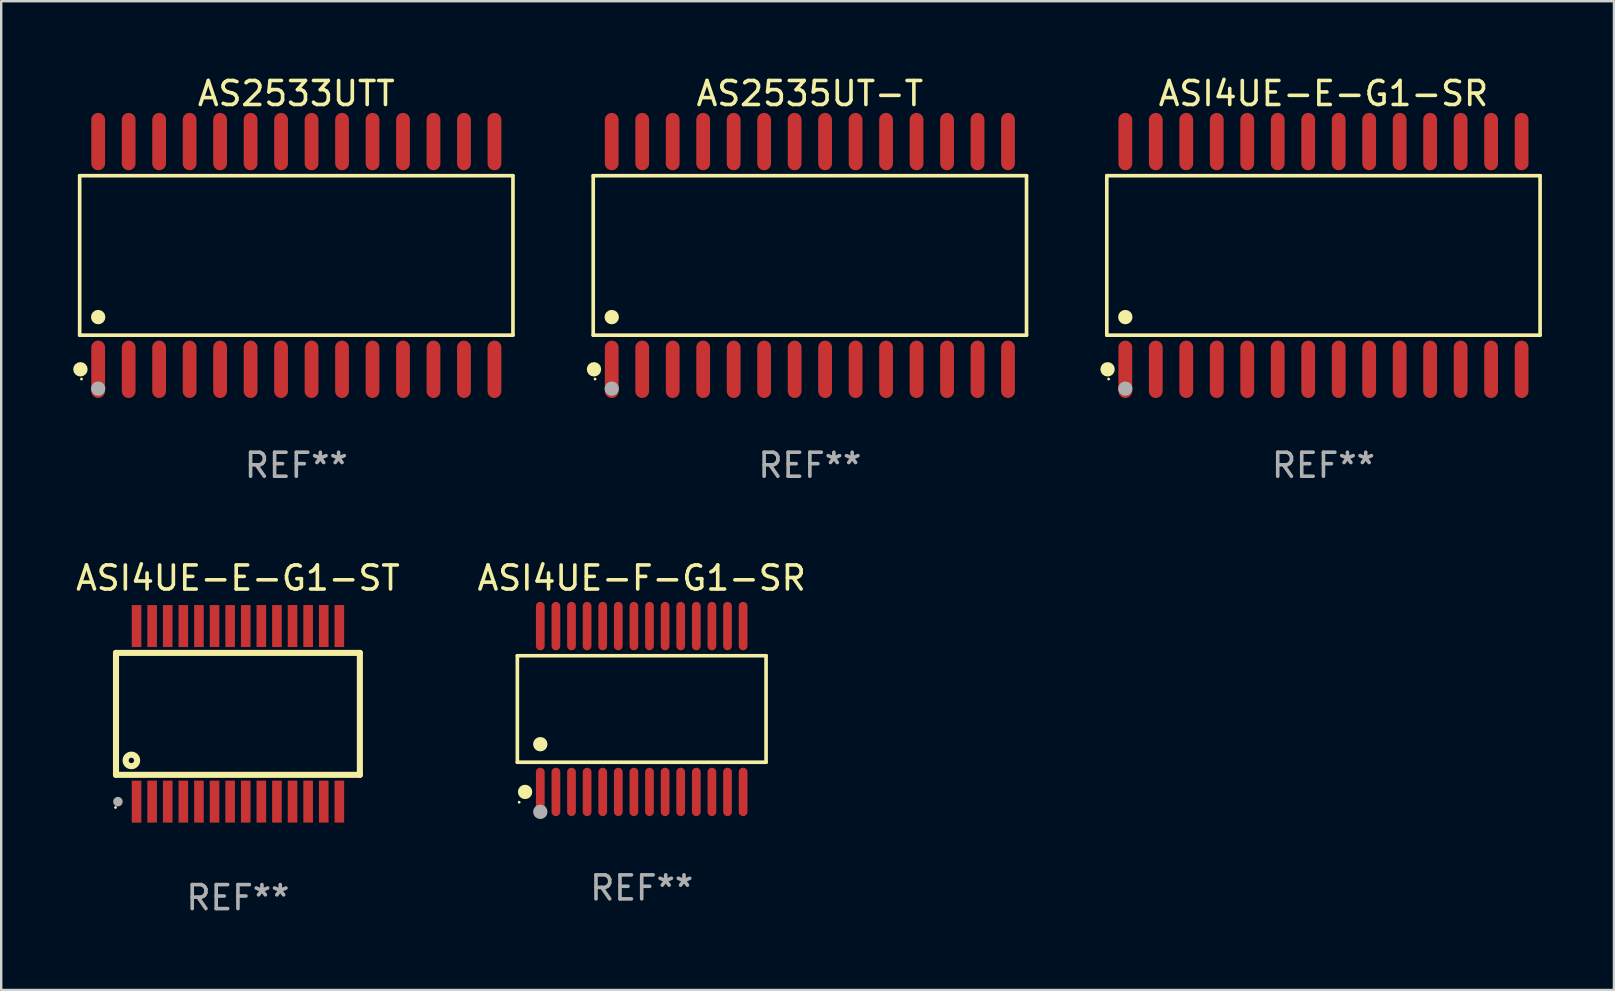
<source format=kicad_pcb>
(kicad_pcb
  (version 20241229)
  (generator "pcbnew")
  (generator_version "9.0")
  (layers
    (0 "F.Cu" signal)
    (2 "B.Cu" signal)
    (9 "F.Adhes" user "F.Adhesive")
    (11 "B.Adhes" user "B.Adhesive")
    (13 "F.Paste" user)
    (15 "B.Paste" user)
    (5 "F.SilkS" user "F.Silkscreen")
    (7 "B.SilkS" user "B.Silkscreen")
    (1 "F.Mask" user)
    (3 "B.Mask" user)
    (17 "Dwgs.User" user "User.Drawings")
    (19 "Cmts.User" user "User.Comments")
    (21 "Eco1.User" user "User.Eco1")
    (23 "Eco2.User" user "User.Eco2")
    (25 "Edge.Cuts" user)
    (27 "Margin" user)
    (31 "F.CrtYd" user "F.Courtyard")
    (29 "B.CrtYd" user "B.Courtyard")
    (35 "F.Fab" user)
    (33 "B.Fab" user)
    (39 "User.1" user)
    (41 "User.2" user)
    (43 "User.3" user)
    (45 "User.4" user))
  (footprint "AS2533UTT"
    (layer "F.Cu")
    (at 9.295 7.592)
    (property "Reference" "AS2533UTT" (at 0 -6.744 0) (layer "F.SilkS") (effects (font (size 1 1) (thickness 0.15))))
    (attr through_hole)
    (fp_line (start -9.026 -3.321) (end 9.026 -3.321) (stroke (width 0.152) (type solid)) (layer "F.SilkS"))
    (fp_line (start -9.026 3.321) (end -9.026 -3.321) (stroke (width 0.152) (type solid)) (layer "F.SilkS"))
    (fp_line (start 9.026 -3.321) (end 9.026 3.321) (stroke (width 0.152) (type solid)) (layer "F.SilkS"))
    (fp_line (start 9.026 3.321) (end -9.026 3.321) (stroke (width 0.152) (type solid)) (layer "F.SilkS"))
    (fp_circle (center -8.994 4.744) (end -8.844 4.744) (stroke (width 0.3) (type solid)) (fill no) (layer "F.SilkS"))
    (fp_circle (center -8.95 5.15) (end -8.92 5.15) (stroke (width 0.06) (type solid)) (fill no) (layer "F.SilkS"))
    (fp_circle (center -8.255 2.569) (end -8.105 2.569) (stroke (width 0.3) (type solid)) (fill no) (layer "F.SilkS"))
    (fp_circle (center -8.255 5.55) (end -8.105 5.55) (stroke (width 0.3) (type solid)) (fill no) (layer "F.Fab"))
    (fp_text user "REF**" (at 0 8.744 0) (layer "F.Fab") (effects (font (size 1 1) (thickness 0.15))))
    (pad "1" smd oval (at -8.255 4.744) (size 0.574 2.388) (layers "F.Cu" "F.Mask" "F.Paste"))
    (pad "2" smd oval (at -6.985 4.744) (size 0.574 2.388) (layers "F.Cu" "F.Mask" "F.Paste"))
    (pad "3" smd oval (at -5.715 4.744) (size 0.574 2.388) (layers "F.Cu" "F.Mask" "F.Paste"))
    (pad "4" smd oval (at -4.445 4.744) (size 0.574 2.388) (layers "F.Cu" "F.Mask" "F.Paste"))
    (pad "5" smd oval (at -3.175 4.744) (size 0.574 2.388) (layers "F.Cu" "F.Mask" "F.Paste"))
    (pad "6" smd oval (at -1.905 4.744) (size 0.574 2.388) (layers "F.Cu" "F.Mask" "F.Paste"))
    (pad "7" smd oval (at -0.635 4.744) (size 0.574 2.388) (layers "F.Cu" "F.Mask" "F.Paste"))
    (pad "8" smd oval (at 0.635 4.744) (size 0.574 2.388) (layers "F.Cu" "F.Mask" "F.Paste"))
    (pad "9" smd oval (at 1.905 4.744) (size 0.574 2.388) (layers "F.Cu" "F.Mask" "F.Paste"))
    (pad "10" smd oval (at 3.175 4.744) (size 0.574 2.388) (layers "F.Cu" "F.Mask" "F.Paste"))
    (pad "11" smd oval (at 4.445 4.744) (size 0.574 2.388) (layers "F.Cu" "F.Mask" "F.Paste"))
    (pad "12" smd oval (at 5.715 4.744) (size 0.574 2.388) (layers "F.Cu" "F.Mask" "F.Paste"))
    (pad "13" smd oval (at 6.985 4.744) (size 0.574 2.388) (layers "F.Cu" "F.Mask" "F.Paste"))
    (pad "14" smd oval (at 8.255 4.744) (size 0.574 2.388) (layers "F.Cu" "F.Mask" "F.Paste"))
    (pad "15" smd oval (at 8.255 -4.744) (size 0.574 2.388) (layers "F.Cu" "F.Mask" "F.Paste"))
    (pad "16" smd oval (at 6.985 -4.744) (size 0.574 2.388) (layers "F.Cu" "F.Mask" "F.Paste"))
    (pad "17" smd oval (at 5.715 -4.744) (size 0.574 2.388) (layers "F.Cu" "F.Mask" "F.Paste"))
    (pad "18" smd oval (at 4.445 -4.744) (size 0.574 2.388) (layers "F.Cu" "F.Mask" "F.Paste"))
    (pad "19" smd oval (at 3.175 -4.744) (size 0.574 2.388) (layers "F.Cu" "F.Mask" "F.Paste"))
    (pad "20" smd oval (at 1.905 -4.744) (size 0.574 2.388) (layers "F.Cu" "F.Mask" "F.Paste"))
    (pad "21" smd oval (at 0.635 -4.744) (size 0.574 2.388) (layers "F.Cu" "F.Mask" "F.Paste"))
    (pad "22" smd oval (at -0.635 -4.744) (size 0.574 2.388) (layers "F.Cu" "F.Mask" "F.Paste"))
    (pad "23" smd oval (at -1.905 -4.744) (size 0.574 2.388) (layers "F.Cu" "F.Mask" "F.Paste"))
    (pad "24" smd oval (at -3.175 -4.744) (size 0.574 2.388) (layers "F.Cu" "F.Mask" "F.Paste"))
    (pad "25" smd oval (at -4.445 -4.744) (size 0.574 2.388) (layers "F.Cu" "F.Mask" "F.Paste"))
    (pad "26" smd oval (at -5.715 -4.744) (size 0.574 2.388) (layers "F.Cu" "F.Mask" "F.Paste"))
    (pad "27" smd oval (at -6.985 -4.744) (size 0.574 2.388) (layers "F.Cu" "F.Mask" "F.Paste"))
    (pad "28" smd oval (at -8.255 -4.744) (size 0.574 2.388) (layers "F.Cu" "F.Mask" "F.Paste")))
  (footprint "ASI4UE-F-G1-SR"
    (layer "F.Cu")
    (at 23.685 26.488)
    (property "Reference" "ASI4UE-F-G1-SR" (at 0 -5.455 0) (layer "F.SilkS") (effects (font (size 1 1) (thickness 0.15))))
    (attr through_hole)
    (fp_line (start -5.181 -2.219) (end 5.181 -2.219) (stroke (width 0.152) (type solid)) (layer "F.SilkS"))
    (fp_line (start -5.181 2.219) (end -5.181 -2.219) (stroke (width 0.152) (type solid)) (layer "F.SilkS"))
    (fp_line (start 5.181 -2.219) (end 5.181 2.219) (stroke (width 0.152) (type solid)) (layer "F.SilkS"))
    (fp_line (start 5.181 2.219) (end -5.181 2.219) (stroke (width 0.152) (type solid)) (layer "F.SilkS"))
    (fp_circle (center -5.105 3.885) (end -5.075 3.885) (stroke (width 0.06) (type solid)) (fill no) (layer "F.SilkS"))
    (fp_circle (center -4.859 3.455) (end -4.709 3.455) (stroke (width 0.3) (type solid)) (fill no) (layer "F.SilkS"))
    (fp_circle (center -4.225 1.467) (end -4.075 1.467) (stroke (width 0.3) (type solid)) (fill no) (layer "F.SilkS"))
    (fp_circle (center -4.225 4.285) (end -4.075 4.285) (stroke (width 0.3) (type solid)) (fill no) (layer "F.Fab"))
    (fp_text user "REF**" (at 0 7.455 0) (layer "F.Fab") (effects (font (size 1 1) (thickness 0.15))))
    (pad "1" smd oval (at -4.225 3.455) (size 0.364 2.015) (layers "F.Cu" "F.Mask" "F.Paste"))
    (pad "2" smd oval (at -3.575 3.455) (size 0.364 2.015) (layers "F.Cu" "F.Mask" "F.Paste"))
    (pad "3" smd oval (at -2.925 3.455) (size 0.364 2.015) (layers "F.Cu" "F.Mask" "F.Paste"))
    (pad "4" smd oval (at -2.275 3.455) (size 0.364 2.015) (layers "F.Cu" "F.Mask" "F.Paste"))
    (pad "5" smd oval (at -1.625 3.455) (size 0.364 2.015) (layers "F.Cu" "F.Mask" "F.Paste"))
    (pad "6" smd oval (at -0.975 3.455) (size 0.364 2.015) (layers "F.Cu" "F.Mask" "F.Paste"))
    (pad "7" smd oval (at -0.325 3.455) (size 0.364 2.015) (layers "F.Cu" "F.Mask" "F.Paste"))
    (pad "8" smd oval (at 0.325 3.455) (size 0.364 2.015) (layers "F.Cu" "F.Mask" "F.Paste"))
    (pad "9" smd oval (at 0.975 3.455) (size 0.364 2.015) (layers "F.Cu" "F.Mask" "F.Paste"))
    (pad "10" smd oval (at 1.625 3.455) (size 0.364 2.015) (layers "F.Cu" "F.Mask" "F.Paste"))
    (pad "11" smd oval (at 2.275 3.455) (size 0.364 2.015) (layers "F.Cu" "F.Mask" "F.Paste"))
    (pad "12" smd oval (at 2.925 3.455) (size 0.364 2.015) (layers "F.Cu" "F.Mask" "F.Paste"))
    (pad "13" smd oval (at 3.575 3.455) (size 0.364 2.015) (layers "F.Cu" "F.Mask" "F.Paste"))
    (pad "14" smd oval (at 4.225 3.455) (size 0.364 2.015) (layers "F.Cu" "F.Mask" "F.Paste"))
    (pad "15" smd oval (at 4.225 -3.455) (size 0.364 2.015) (layers "F.Cu" "F.Mask" "F.Paste"))
    (pad "16" smd oval (at 3.575 -3.455) (size 0.364 2.015) (layers "F.Cu" "F.Mask" "F.Paste"))
    (pad "17" smd oval (at 2.925 -3.455) (size 0.364 2.015) (layers "F.Cu" "F.Mask" "F.Paste"))
    (pad "18" smd oval (at 2.275 -3.455) (size 0.364 2.015) (layers "F.Cu" "F.Mask" "F.Paste"))
    (pad "19" smd oval (at 1.625 -3.455) (size 0.364 2.015) (layers "F.Cu" "F.Mask" "F.Paste"))
    (pad "20" smd oval (at 0.975 -3.455) (size 0.364 2.015) (layers "F.Cu" "F.Mask" "F.Paste"))
    (pad "21" smd oval (at 0.325 -3.455) (size 0.364 2.015) (layers "F.Cu" "F.Mask" "F.Paste"))
    (pad "22" smd oval (at -0.325 -3.455) (size 0.364 2.015) (layers "F.Cu" "F.Mask" "F.Paste"))
    (pad "23" smd oval (at -0.975 -3.455) (size 0.364 2.015) (layers "F.Cu" "F.Mask" "F.Paste"))
    (pad "24" smd oval (at -1.625 -3.455) (size 0.364 2.015) (layers "F.Cu" "F.Mask" "F.Paste"))
    (pad "25" smd oval (at -2.275 -3.455) (size 0.364 2.015) (layers "F.Cu" "F.Mask" "F.Paste"))
    (pad "26" smd oval (at -2.925 -3.455) (size 0.364 2.015) (layers "F.Cu" "F.Mask" "F.Paste"))
    (pad "27" smd oval (at -3.575 -3.455) (size 0.364 2.015) (layers "F.Cu" "F.Mask" "F.Paste"))
    (pad "28" smd oval (at -4.225 -3.455) (size 0.364 2.015) (layers "F.Cu" "F.Mask" "F.Paste")))
  (footprint "AS2535UT-T"
    (layer "F.Cu")
    (at 30.691 7.592)
    (property "Reference" "AS2535UT-T" (at 0 -6.744 0) (layer "F.SilkS") (effects (font (size 1 1) (thickness 0.15))))
    (attr through_hole)
    (fp_line (start -9.026 -3.321) (end 9.026 -3.321) (stroke (width 0.152) (type solid)) (layer "F.SilkS"))
    (fp_line (start -9.026 3.321) (end -9.026 -3.321) (stroke (width 0.152) (type solid)) (layer "F.SilkS"))
    (fp_line (start 9.026 -3.321) (end 9.026 3.321) (stroke (width 0.152) (type solid)) (layer "F.SilkS"))
    (fp_line (start 9.026 3.321) (end -9.026 3.321) (stroke (width 0.152) (type solid)) (layer "F.SilkS"))
    (fp_circle (center -8.994 4.744) (end -8.844 4.744) (stroke (width 0.3) (type solid)) (fill no) (layer "F.SilkS"))
    (fp_circle (center -8.95 5.15) (end -8.92 5.15) (stroke (width 0.06) (type solid)) (fill no) (layer "F.SilkS"))
    (fp_circle (center -8.255 2.569) (end -8.105 2.569) (stroke (width 0.3) (type solid)) (fill no) (layer "F.SilkS"))
    (fp_circle (center -8.255 5.55) (end -8.105 5.55) (stroke (width 0.3) (type solid)) (fill no) (layer "F.Fab"))
    (fp_text user "REF**" (at 0 8.744 0) (layer "F.Fab") (effects (font (size 1 1) (thickness 0.15))))
    (pad "1" smd oval (at -8.255 4.744) (size 0.574 2.388) (layers "F.Cu" "F.Mask" "F.Paste"))
    (pad "2" smd oval (at -6.985 4.744) (size 0.574 2.388) (layers "F.Cu" "F.Mask" "F.Paste"))
    (pad "3" smd oval (at -5.715 4.744) (size 0.574 2.388) (layers "F.Cu" "F.Mask" "F.Paste"))
    (pad "4" smd oval (at -4.445 4.744) (size 0.574 2.388) (layers "F.Cu" "F.Mask" "F.Paste"))
    (pad "5" smd oval (at -3.175 4.744) (size 0.574 2.388) (layers "F.Cu" "F.Mask" "F.Paste"))
    (pad "6" smd oval (at -1.905 4.744) (size 0.574 2.388) (layers "F.Cu" "F.Mask" "F.Paste"))
    (pad "7" smd oval (at -0.635 4.744) (size 0.574 2.388) (layers "F.Cu" "F.Mask" "F.Paste"))
    (pad "8" smd oval (at 0.635 4.744) (size 0.574 2.388) (layers "F.Cu" "F.Mask" "F.Paste"))
    (pad "9" smd oval (at 1.905 4.744) (size 0.574 2.388) (layers "F.Cu" "F.Mask" "F.Paste"))
    (pad "10" smd oval (at 3.175 4.744) (size 0.574 2.388) (layers "F.Cu" "F.Mask" "F.Paste"))
    (pad "11" smd oval (at 4.445 4.744) (size 0.574 2.388) (layers "F.Cu" "F.Mask" "F.Paste"))
    (pad "12" smd oval (at 5.715 4.744) (size 0.574 2.388) (layers "F.Cu" "F.Mask" "F.Paste"))
    (pad "13" smd oval (at 6.985 4.744) (size 0.574 2.388) (layers "F.Cu" "F.Mask" "F.Paste"))
    (pad "14" smd oval (at 8.255 4.744) (size 0.574 2.388) (layers "F.Cu" "F.Mask" "F.Paste"))
    (pad "15" smd oval (at 8.255 -4.744) (size 0.574 2.388) (layers "F.Cu" "F.Mask" "F.Paste"))
    (pad "16" smd oval (at 6.985 -4.744) (size 0.574 2.388) (layers "F.Cu" "F.Mask" "F.Paste"))
    (pad "17" smd oval (at 5.715 -4.744) (size 0.574 2.388) (layers "F.Cu" "F.Mask" "F.Paste"))
    (pad "18" smd oval (at 4.445 -4.744) (size 0.574 2.388) (layers "F.Cu" "F.Mask" "F.Paste"))
    (pad "19" smd oval (at 3.175 -4.744) (size 0.574 2.388) (layers "F.Cu" "F.Mask" "F.Paste"))
    (pad "20" smd oval (at 1.905 -4.744) (size 0.574 2.388) (layers "F.Cu" "F.Mask" "F.Paste"))
    (pad "21" smd oval (at 0.635 -4.744) (size 0.574 2.388) (layers "F.Cu" "F.Mask" "F.Paste"))
    (pad "22" smd oval (at -0.635 -4.744) (size 0.574 2.388) (layers "F.Cu" "F.Mask" "F.Paste"))
    (pad "23" smd oval (at -1.905 -4.744) (size 0.574 2.388) (layers "F.Cu" "F.Mask" "F.Paste"))
    (pad "24" smd oval (at -3.175 -4.744) (size 0.574 2.388) (layers "F.Cu" "F.Mask" "F.Paste"))
    (pad "25" smd oval (at -4.445 -4.744) (size 0.574 2.388) (layers "F.Cu" "F.Mask" "F.Paste"))
    (pad "26" smd oval (at -5.715 -4.744) (size 0.574 2.388) (layers "F.Cu" "F.Mask" "F.Paste"))
    (pad "27" smd oval (at -6.985 -4.744) (size 0.574 2.388) (layers "F.Cu" "F.Mask" "F.Paste"))
    (pad "28" smd oval (at -8.255 -4.744) (size 0.574 2.388) (layers "F.Cu" "F.Mask" "F.Paste")))
  (footprint "ASI4UE-E-G1-SR"
    (layer "F.Cu")
    (at 52.088 7.592)
    (property "Reference" "ASI4UE-E-G1-SR" (at 0 -6.744 0) (layer "F.SilkS") (effects (font (size 1 1) (thickness 0.15))))
    (attr through_hole)
    (fp_line (start -9.026 -3.321) (end 9.026 -3.321) (stroke (width 0.152) (type solid)) (layer "F.SilkS"))
    (fp_line (start -9.026 3.321) (end -9.026 -3.321) (stroke (width 0.152) (type solid)) (layer "F.SilkS"))
    (fp_line (start 9.026 -3.321) (end 9.026 3.321) (stroke (width 0.152) (type solid)) (layer "F.SilkS"))
    (fp_line (start 9.026 3.321) (end -9.026 3.321) (stroke (width 0.152) (type solid)) (layer "F.SilkS"))
    (fp_circle (center -8.994 4.744) (end -8.844 4.744) (stroke (width 0.3) (type solid)) (fill no) (layer "F.SilkS"))
    (fp_circle (center -8.95 5.15) (end -8.92 5.15) (stroke (width 0.06) (type solid)) (fill no) (layer "F.SilkS"))
    (fp_circle (center -8.255 2.569) (end -8.105 2.569) (stroke (width 0.3) (type solid)) (fill no) (layer "F.SilkS"))
    (fp_circle (center -8.255 5.55) (end -8.105 5.55) (stroke (width 0.3) (type solid)) (fill no) (layer "F.Fab"))
    (fp_text user "REF**" (at 0 8.744 0) (layer "F.Fab") (effects (font (size 1 1) (thickness 0.15))))
    (pad "1" smd oval (at -8.255 4.744) (size 0.574 2.388) (layers "F.Cu" "F.Mask" "F.Paste"))
    (pad "2" smd oval (at -6.985 4.744) (size 0.574 2.388) (layers "F.Cu" "F.Mask" "F.Paste"))
    (pad "3" smd oval (at -5.715 4.744) (size 0.574 2.388) (layers "F.Cu" "F.Mask" "F.Paste"))
    (pad "4" smd oval (at -4.445 4.744) (size 0.574 2.388) (layers "F.Cu" "F.Mask" "F.Paste"))
    (pad "5" smd oval (at -3.175 4.744) (size 0.574 2.388) (layers "F.Cu" "F.Mask" "F.Paste"))
    (pad "6" smd oval (at -1.905 4.744) (size 0.574 2.388) (layers "F.Cu" "F.Mask" "F.Paste"))
    (pad "7" smd oval (at -0.635 4.744) (size 0.574 2.388) (layers "F.Cu" "F.Mask" "F.Paste"))
    (pad "8" smd oval (at 0.635 4.744) (size 0.574 2.388) (layers "F.Cu" "F.Mask" "F.Paste"))
    (pad "9" smd oval (at 1.905 4.744) (size 0.574 2.388) (layers "F.Cu" "F.Mask" "F.Paste"))
    (pad "10" smd oval (at 3.175 4.744) (size 0.574 2.388) (layers "F.Cu" "F.Mask" "F.Paste"))
    (pad "11" smd oval (at 4.445 4.744) (size 0.574 2.388) (layers "F.Cu" "F.Mask" "F.Paste"))
    (pad "12" smd oval (at 5.715 4.744) (size 0.574 2.388) (layers "F.Cu" "F.Mask" "F.Paste"))
    (pad "13" smd oval (at 6.985 4.744) (size 0.574 2.388) (layers "F.Cu" "F.Mask" "F.Paste"))
    (pad "14" smd oval (at 8.255 4.744) (size 0.574 2.388) (layers "F.Cu" "F.Mask" "F.Paste"))
    (pad "15" smd oval (at 8.255 -4.744) (size 0.574 2.388) (layers "F.Cu" "F.Mask" "F.Paste"))
    (pad "16" smd oval (at 6.985 -4.744) (size 0.574 2.388) (layers "F.Cu" "F.Mask" "F.Paste"))
    (pad "17" smd oval (at 5.715 -4.744) (size 0.574 2.388) (layers "F.Cu" "F.Mask" "F.Paste"))
    (pad "18" smd oval (at 4.445 -4.744) (size 0.574 2.388) (layers "F.Cu" "F.Mask" "F.Paste"))
    (pad "19" smd oval (at 3.175 -4.744) (size 0.574 2.388) (layers "F.Cu" "F.Mask" "F.Paste"))
    (pad "20" smd oval (at 1.905 -4.744) (size 0.574 2.388) (layers "F.Cu" "F.Mask" "F.Paste"))
    (pad "21" smd oval (at 0.635 -4.744) (size 0.574 2.388) (layers "F.Cu" "F.Mask" "F.Paste"))
    (pad "22" smd oval (at -0.635 -4.744) (size 0.574 2.388) (layers "F.Cu" "F.Mask" "F.Paste"))
    (pad "23" smd oval (at -1.905 -4.744) (size 0.574 2.388) (layers "F.Cu" "F.Mask" "F.Paste"))
    (pad "24" smd oval (at -3.175 -4.744) (size 0.574 2.388) (layers "F.Cu" "F.Mask" "F.Paste"))
    (pad "25" smd oval (at -4.445 -4.744) (size 0.574 2.388) (layers "F.Cu" "F.Mask" "F.Paste"))
    (pad "26" smd oval (at -5.715 -4.744) (size 0.574 2.388) (layers "F.Cu" "F.Mask" "F.Paste"))
    (pad "27" smd oval (at -6.985 -4.744) (size 0.574 2.388) (layers "F.Cu" "F.Mask" "F.Paste"))
    (pad "28" smd oval (at -8.255 -4.744) (size 0.574 2.388) (layers "F.Cu" "F.Mask" "F.Paste")))
  (footprint "ASI4UE-E-G1-ST"
    (layer "F.Cu")
    (at 6.863 26.691)
    (property "Reference" "ASI4UE-E-G1-ST" (at 0 -5.658 0) (layer "F.SilkS") (effects (font (size 1 1) (thickness 0.15))))
    (attr through_hole)
    (fp_line (start -5.08 -2.54) (end -5.08 2.54) (stroke (width 0.254) (type solid)) (layer "F.SilkS"))
    (fp_line (start -5.08 -2.54) (end 5.08 -2.54) (stroke (width 0.254) (type solid)) (layer "F.SilkS"))
    (fp_line (start 5.08 -2.54) (end 5.08 2.54) (stroke (width 0.254) (type solid)) (layer "F.SilkS"))
    (fp_line (start 5.08 2.54) (end -5.08 2.54) (stroke (width 0.254) (type solid)) (layer "F.SilkS"))
    (fp_circle (center -5.1 3.9) (end -5.07 3.9) (stroke (width 0.06) (type solid)) (fill no) (layer "F.SilkS"))
    (fp_circle (center -4.44 1.94) (end -4.2 1.94) (stroke (width 0.254) (type solid)) (fill no) (layer "F.SilkS"))
    (fp_circle (center -5 3.658) (end -4.9 3.658) (stroke (width 0.2) (type solid)) (fill no) (layer "F.Fab"))
    (fp_text user "REF**" (at 0 7.658 0) (layer "F.Fab") (effects (font (size 1 1) (thickness 0.15))))
    (pad "1" smd rect (at -4.225 3.658) (size 0.4 1.75) (layers "F.Cu" "F.Mask" "F.Paste"))
    (pad "2" smd rect (at -3.575 3.657) (size 0.4 1.75) (layers "F.Cu" "F.Mask" "F.Paste"))
    (pad "3" smd rect (at -2.925 3.657) (size 0.4 1.75) (layers "F.Cu" "F.Mask" "F.Paste"))
    (pad "4" smd rect (at -2.275 3.657) (size 0.4 1.75) (layers "F.Cu" "F.Mask" "F.Paste"))
    (pad "5" smd rect (at -1.625 3.657) (size 0.4 1.75) (layers "F.Cu" "F.Mask" "F.Paste"))
    (pad "6" smd rect (at -0.975 3.657) (size 0.4 1.75) (layers "F.Cu" "F.Mask" "F.Paste"))
    (pad "7" smd rect (at -0.325 3.657) (size 0.4 1.75) (layers "F.Cu" "F.Mask" "F.Paste"))
    (pad "8" smd rect (at 0.325 3.657) (size 0.4 1.75) (layers "F.Cu" "F.Mask" "F.Paste"))
    (pad "9" smd rect (at 0.975 3.657) (size 0.4 1.75) (layers "F.Cu" "F.Mask" "F.Paste"))
    (pad "10" smd rect (at 1.625 3.657) (size 0.4 1.75) (layers "F.Cu" "F.Mask" "F.Paste"))
    (pad "11" smd rect (at 2.275 3.657) (size 0.4 1.75) (layers "F.Cu" "F.Mask" "F.Paste"))
    (pad "12" smd rect (at 2.925 3.657) (size 0.4 1.75) (layers "F.Cu" "F.Mask" "F.Paste"))
    (pad "13" smd rect (at 3.575 3.657) (size 0.4 1.75) (layers "F.Cu" "F.Mask" "F.Paste"))
    (pad "14" smd rect (at 4.225 3.657) (size 0.4 1.75) (layers "F.Cu" "F.Mask" "F.Paste"))
    (pad "15" smd rect (at 4.225 -3.658) (size 0.4 1.75) (layers "F.Cu" "F.Mask" "F.Paste"))
    (pad "16" smd rect (at 3.575 -3.658) (size 0.4 1.75) (layers "F.Cu" "F.Mask" "F.Paste"))
    (pad "17" smd rect (at 2.925 -3.658) (size 0.4 1.75) (layers "F.Cu" "F.Mask" "F.Paste"))
    (pad "18" smd rect (at 2.275 -3.658) (size 0.4 1.75) (layers "F.Cu" "F.Mask" "F.Paste"))
    (pad "19" smd rect (at 1.625 -3.658) (size 0.4 1.75) (layers "F.Cu" "F.Mask" "F.Paste"))
    (pad "20" smd rect (at 0.975 -3.658) (size 0.4 1.75) (layers "F.Cu" "F.Mask" "F.Paste"))
    (pad "21" smd rect (at 0.325 -3.658) (size 0.4 1.75) (layers "F.Cu" "F.Mask" "F.Paste"))
    (pad "22" smd rect (at -0.325 -3.658) (size 0.4 1.75) (layers "F.Cu" "F.Mask" "F.Paste"))
    (pad "23" smd rect (at -0.975 -3.658) (size 0.4 1.75) (layers "F.Cu" "F.Mask" "F.Paste"))
    (pad "24" smd rect (at -1.625 -3.658) (size 0.4 1.75) (layers "F.Cu" "F.Mask" "F.Paste"))
    (pad "25" smd rect (at -2.275 -3.658) (size 0.4 1.75) (layers "F.Cu" "F.Mask" "F.Paste"))
    (pad "26" smd rect (at -2.925 -3.658) (size 0.4 1.75) (layers "F.Cu" "F.Mask" "F.Paste"))
    (pad "27" smd rect (at -3.575 -3.658) (size 0.4 1.75) (layers "F.Cu" "F.Mask" "F.Paste"))
    (pad "28" smd rect (at -4.225 -3.658) (size 0.4 1.75) (layers "F.Cu" "F.Mask" "F.Paste")))
  (gr_rect
    (start -3 -3)
    (end 64.191 38.197)
    (stroke (width 0.1) (type default))
    (fill no)
    (layer "Edge.Cuts")))
</source>
